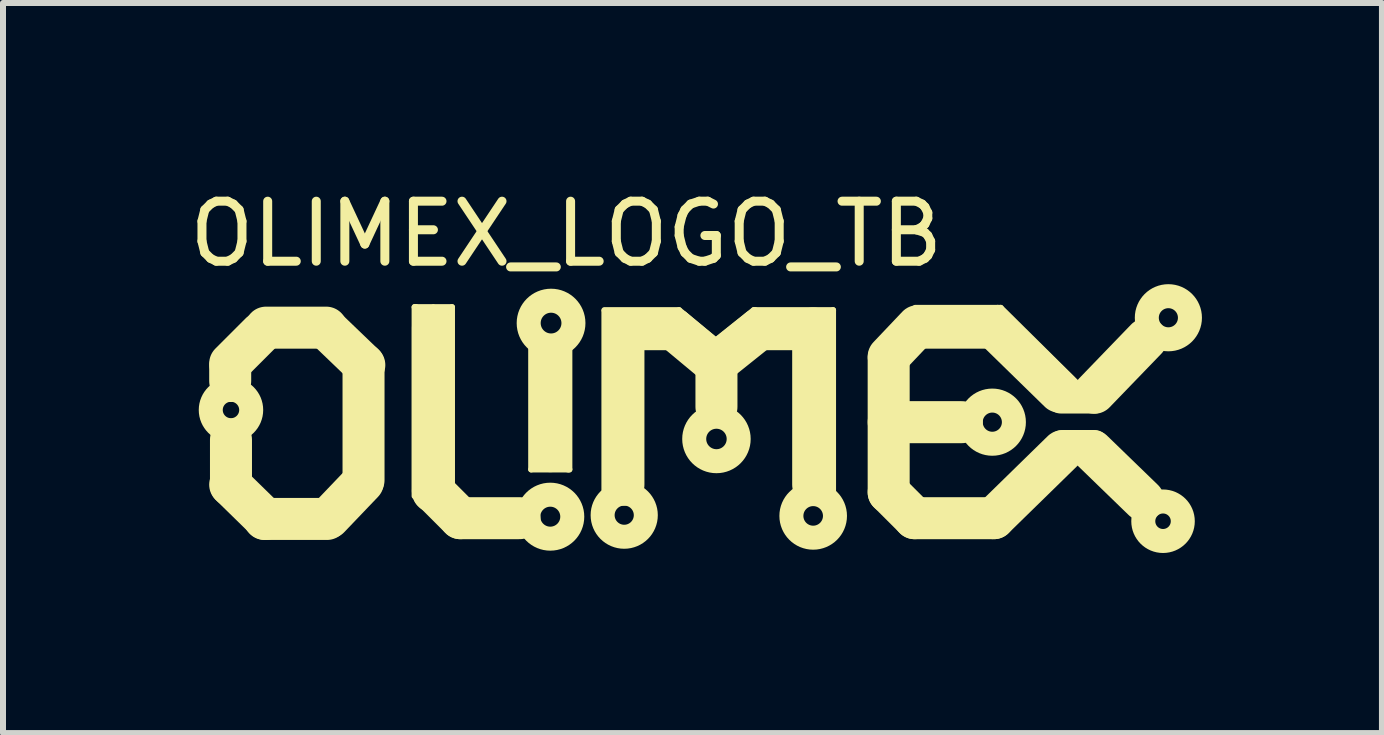
<source format=kicad_pcb>
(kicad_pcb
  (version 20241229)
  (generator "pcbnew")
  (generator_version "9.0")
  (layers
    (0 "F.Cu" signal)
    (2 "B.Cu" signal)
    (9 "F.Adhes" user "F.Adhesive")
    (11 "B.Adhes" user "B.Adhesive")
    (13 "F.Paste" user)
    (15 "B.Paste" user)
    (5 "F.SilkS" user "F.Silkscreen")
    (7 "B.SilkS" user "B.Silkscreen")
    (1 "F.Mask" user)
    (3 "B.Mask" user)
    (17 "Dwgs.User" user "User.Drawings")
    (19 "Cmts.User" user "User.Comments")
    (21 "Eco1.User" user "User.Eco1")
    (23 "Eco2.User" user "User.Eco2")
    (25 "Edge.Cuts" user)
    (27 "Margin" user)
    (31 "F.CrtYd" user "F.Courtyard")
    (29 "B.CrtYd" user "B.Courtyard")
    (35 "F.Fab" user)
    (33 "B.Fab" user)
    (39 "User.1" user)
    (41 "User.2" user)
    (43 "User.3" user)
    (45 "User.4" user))
  (footprint "OLIMEX_LOGO_TB"
    (layer "F.Cu")
    (at 8.787 3.909)
    (property "Reference" "OLIMEX_LOGO_TB" (at -2.4 -3.061 180) (layer "F.SilkS") (effects (font (size 1 1) (thickness 0.15))))
    (attr through_hole)
    (fp_line (start -8.001 -0.902) (end -7.493 -1.41) (stroke (width 0.7) (type solid)) (layer "F.SilkS"))
    (fp_line (start -8.001 -0.851) (end -8.001 -0.61) (stroke (width 0.7) (type solid)) (layer "F.SilkS"))
    (fp_line (start -8.001 1.118) (end -7.417 1.689) (stroke (width 0.7) (type solid)) (layer "F.SilkS"))
    (fp_line (start -7.988 1.13) (end -7.988 0.368) (stroke (width 0.7) (type solid)) (layer "F.SilkS"))
    (fp_line (start -7.429 1.689) (end -6.388 1.689) (stroke (width 0.7) (type solid)) (layer "F.SilkS"))
    (fp_line (start -6.401 -1.499) (end -7.404 -1.499) (stroke (width 0.7) (type solid)) (layer "F.SilkS"))
    (fp_line (start -6.401 -1.486) (end -5.766 -0.876) (stroke (width 0.7) (type solid)) (layer "F.SilkS"))
    (fp_line (start -5.791 1.079) (end -6.35 1.664) (stroke (width 0.7) (type solid)) (layer "F.SilkS"))
    (fp_line (start -5.779 -0.889) (end -5.779 1.041) (stroke (width 0.7) (type solid)) (layer "F.SilkS"))
    (fp_line (start -4.928 -1.841) (end -4.928 1.308) (stroke (width 0.1) (type solid)) (layer "F.SilkS"))
    (fp_line (start -4.915 -1.841) (end -4.928 -1.841) (stroke (width 0.1) (type solid)) (layer "F.SilkS"))
    (fp_line (start -4.902 -1.841) (end -4.915 -1.841) (stroke (width 0.1) (type solid)) (layer "F.SilkS"))
    (fp_line (start -4.788 -1.753) (end -4.851 -1.765) (stroke (width 0.1) (type solid)) (layer "F.SilkS"))
    (fp_line (start -4.623 -1.841) (end -4.902 -1.841) (stroke (width 0.1) (type solid)) (layer "F.SilkS"))
    (fp_line (start -4.623 1.232) (end -4.623 -1.499) (stroke (width 0.7) (type solid)) (layer "F.SilkS"))
    (fp_line (start -4.61 -1.841) (end -4.305 -1.841) (stroke (width 0.1) (type solid)) (layer "F.SilkS"))
    (fp_line (start -4.483 -1.765) (end -4.369 -1.765) (stroke (width 0.1) (type solid)) (layer "F.SilkS"))
    (fp_line (start -4.305 -1.841) (end -4.305 1.194) (stroke (width 0.1) (type solid)) (layer "F.SilkS"))
    (fp_line (start -4.166 1.676) (end -4.623 1.219) (stroke (width 0.7) (type solid)) (layer "F.SilkS"))
    (fp_line (start -3.18 1.676) (end -4.166 1.676) (stroke (width 0.7) (type solid)) (layer "F.SilkS"))
    (fp_line (start -2.985 -1.156) (end -2.985 0.864) (stroke (width 0.1) (type solid)) (layer "F.SilkS"))
    (fp_line (start -2.985 0.864) (end -2.375 0.864) (stroke (width 0.1) (type solid)) (layer "F.SilkS"))
    (fp_line (start -2.845 0.8) (end -2.908 0.8) (stroke (width 0.1) (type solid)) (layer "F.SilkS"))
    (fp_line (start -2.667 -1.041) (end -2.667 0.559) (stroke (width 0.7) (type solid)) (layer "F.SilkS"))
    (fp_line (start -2.502 0.8) (end -2.413 0.8) (stroke (width 0.1) (type solid)) (layer "F.SilkS"))
    (fp_line (start -2.375 0.864) (end -2.349 0.864) (stroke (width 0.1) (type solid)) (layer "F.SilkS"))
    (fp_line (start -2.349 0.864) (end -2.349 -1.156) (stroke (width 0.1) (type solid)) (layer "F.SilkS"))
    (fp_line (start -1.765 -1.791) (end -0.521 -1.791) (stroke (width 0.1) (type solid)) (layer "F.SilkS"))
    (fp_line (start -1.765 1.206) (end -1.765 -1.778) (stroke (width 0.1) (type solid)) (layer "F.SilkS"))
    (fp_line (start -1.613 -1.727) (end -1.689 -1.727) (stroke (width 0.1) (type solid)) (layer "F.SilkS"))
    (fp_line (start -1.448 -1.473) (end -0.61 -1.473) (stroke (width 0.7) (type solid)) (layer "F.SilkS"))
    (fp_line (start -1.448 1.118) (end -1.448 -1.473) (stroke (width 0.7) (type solid)) (layer "F.SilkS"))
    (fp_line (start -0.61 -1.473) (end 0 -0.965) (stroke (width 0.7) (type solid)) (layer "F.SilkS"))
    (fp_line (start -0.521 -1.791) (end 0.064 -1.308) (stroke (width 0.1) (type solid)) (layer "F.SilkS"))
    (fp_line (start 0.102 -0.178) (end 0.102 -0.889) (stroke (width 0.7) (type solid)) (layer "F.SilkS"))
    (fp_line (start 0.178 -0.965) (end 0.813 -1.473) (stroke (width 0.7) (type solid)) (layer "F.SilkS"))
    (fp_line (start 0.724 -1.791) (end 0.102 -1.295) (stroke (width 0.1) (type solid)) (layer "F.SilkS"))
    (fp_line (start 0.749 -1.791) (end 0.724 -1.791) (stroke (width 0.1) (type solid)) (layer "F.SilkS"))
    (fp_line (start 0.813 -1.473) (end 1.702 -1.473) (stroke (width 0.7) (type solid)) (layer "F.SilkS"))
    (fp_line (start 1.714 -1.486) (end 1.714 1.118) (stroke (width 0.7) (type solid)) (layer "F.SilkS"))
    (fp_line (start 1.892 -1.714) (end 1.994 -1.714) (stroke (width 0.1) (type solid)) (layer "F.SilkS"))
    (fp_line (start 2.045 -1.791) (end 0.749 -1.791) (stroke (width 0.1) (type solid)) (layer "F.SilkS"))
    (fp_line (start 2.045 -1.778) (end 2.045 -1.791) (stroke (width 0.1) (type solid)) (layer "F.SilkS"))
    (fp_line (start 2.045 1.232) (end 2.045 -1.778) (stroke (width 0.1) (type solid)) (layer "F.SilkS"))
    (fp_line (start 2.972 -1.016) (end 3.454 -1.524) (stroke (width 0.7) (type solid)) (layer "F.SilkS"))
    (fp_line (start 2.972 -0.991) (end 2.972 1.245) (stroke (width 0.7) (type solid)) (layer "F.SilkS"))
    (fp_line (start 2.972 1.245) (end 3.404 1.676) (stroke (width 0.7) (type solid)) (layer "F.SilkS"))
    (fp_line (start 3.404 1.676) (end 4.724 1.676) (stroke (width 0.7) (type solid)) (layer "F.SilkS"))
    (fp_line (start 3.416 -1.829) (end 4.788 -1.829) (stroke (width 0.1) (type solid)) (layer "F.SilkS"))
    (fp_line (start 3.502 -1.499) (end 4.724 -1.499) (stroke (width 0.7) (type solid)) (layer "F.SilkS"))
    (fp_line (start 4.191 0.076) (end 2.972 0.076) (stroke (width 0.7) (type solid)) (layer "F.SilkS"))
    (fp_line (start 4.724 -1.499) (end 5.817 -0.432) (stroke (width 0.7) (type solid)) (layer "F.SilkS"))
    (fp_line (start 4.724 1.676) (end 5.867 0.559) (stroke (width 0.7) (type solid)) (layer "F.SilkS"))
    (fp_line (start 4.788 -1.829) (end 4.839 -1.829) (stroke (width 0.1) (type solid)) (layer "F.SilkS"))
    (fp_line (start 4.839 -1.829) (end 6.096 -0.584) (stroke (width 0.1) (type solid)) (layer "F.SilkS"))
    (fp_line (start 5.842 -0.318) (end 6.401 -0.318) (stroke (width 0.5) (type solid)) (layer "F.SilkS"))
    (fp_line (start 5.867 0.457) (end 6.401 0.457) (stroke (width 0.5) (type solid)) (layer "F.SilkS"))
    (fp_line (start 7.214 1.372) (end 6.375 0.559) (stroke (width 0.7) (type solid)) (layer "F.SilkS"))
    (fp_line (start 7.264 -1.308) (end 6.401 -0.414) (stroke (width 0.7) (type solid)) (layer "F.SilkS"))
    (fp_circle (center -7.988 -0.127) (end -7.671 -0.241) (stroke (width 0.4) (type solid)) (fill no) (layer "F.SilkS"))
    (fp_circle (center -2.667 1.651) (end -2.464 1.346) (stroke (width 0.4) (type solid)) (fill no) (layer "F.SilkS"))
    (fp_circle (center -2.654 -1.575) (end -2.54 -1.93) (stroke (width 0.4) (type solid)) (fill no) (layer "F.SilkS"))
    (fp_circle (center -1.435 1.626) (end -1.194 1.359) (stroke (width 0.4) (type solid)) (fill no) (layer "F.SilkS"))
    (fp_circle (center 0.102 0.356) (end 0.33 0.064) (stroke (width 0.4) (type solid)) (fill no) (layer "F.SilkS"))
    (fp_circle (center 1.714 1.638) (end 1.93 1.346) (stroke (width 0.4) (type solid)) (fill no) (layer "F.SilkS"))
    (fp_circle (center 4.699 0.076) (end 4.966 -0.165) (stroke (width 0.4) (type solid)) (fill no) (layer "F.SilkS"))
    (fp_circle (center 7.544 1.727) (end 7.836 1.575) (stroke (width 0.4) (type solid)) (fill no) (layer "F.SilkS"))
    (fp_circle (center 7.633 -1.664) (end 7.938 -1.854) (stroke (width 0.4) (type solid)) (fill no) (layer "F.SilkS")))
  (gr_rect
    (start -3 -3)
    (end 19.979 9.166)
    (stroke (width 0.1) (type default))
    (fill no)
    (layer "Edge.Cuts")))
</source>
